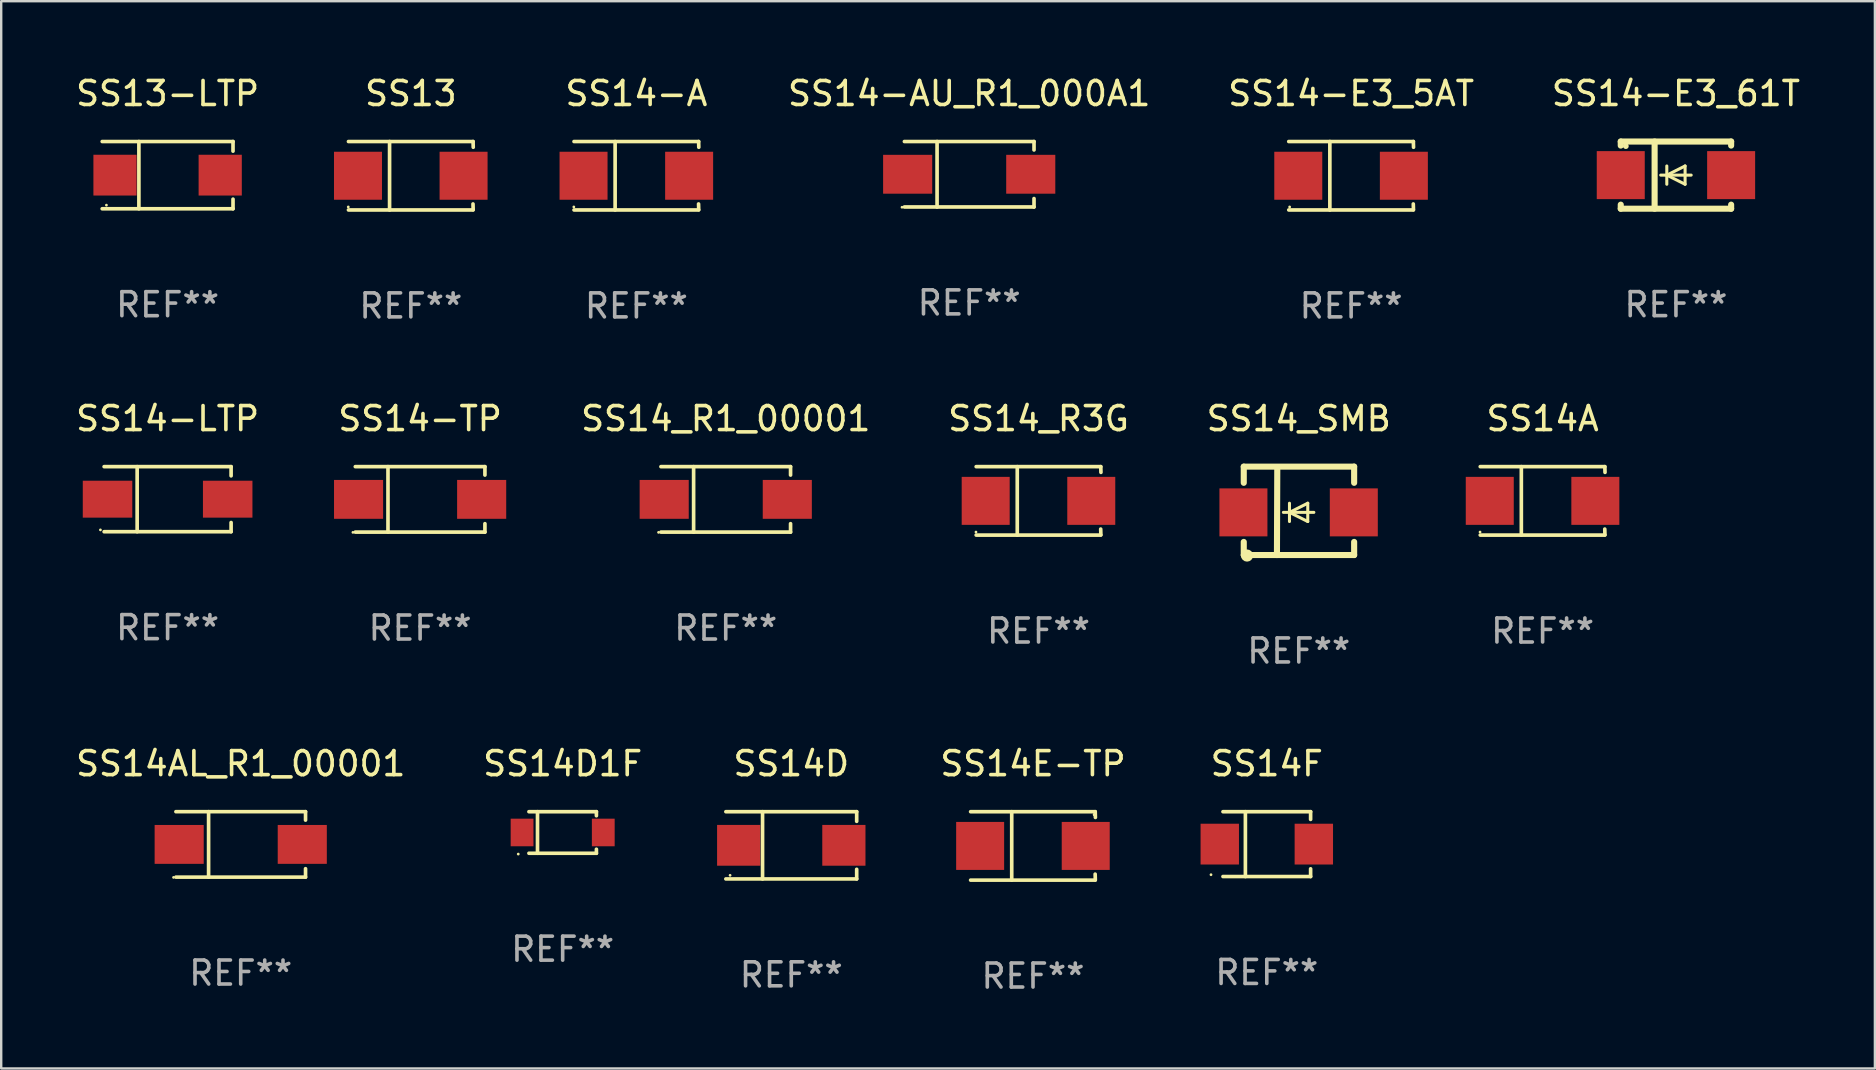
<source format=kicad_pcb>
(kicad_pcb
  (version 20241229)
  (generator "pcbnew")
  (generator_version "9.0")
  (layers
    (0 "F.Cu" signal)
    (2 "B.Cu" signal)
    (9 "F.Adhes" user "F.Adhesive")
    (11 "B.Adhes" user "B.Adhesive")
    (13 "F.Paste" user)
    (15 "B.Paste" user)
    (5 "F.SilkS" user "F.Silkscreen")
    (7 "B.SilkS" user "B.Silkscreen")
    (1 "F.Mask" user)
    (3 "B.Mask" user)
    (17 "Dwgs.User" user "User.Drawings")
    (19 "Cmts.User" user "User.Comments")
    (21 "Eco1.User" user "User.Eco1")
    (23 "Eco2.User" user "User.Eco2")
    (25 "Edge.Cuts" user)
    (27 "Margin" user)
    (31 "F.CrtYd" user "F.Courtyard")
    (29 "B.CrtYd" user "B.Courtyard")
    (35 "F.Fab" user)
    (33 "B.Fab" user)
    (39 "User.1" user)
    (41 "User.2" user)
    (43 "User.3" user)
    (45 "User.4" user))
  (footprint "SS14-LTP"
    (layer "F.Cu")
    (at 3.935 17.753)
    (property "Reference" "SS14-LTP" (at 0 -3.356 0) (layer "F.SilkS") (effects (font (size 1 1) (thickness 0.15))))
    (attr through_hole)
    (fp_line (start -2.646 -1.356) (end 2.646 -1.356) (stroke (width 0.152) (type solid)) (layer "F.SilkS"))
    (fp_line (start -2.646 1.356) (end 2.646 1.356) (stroke (width 0.152) (type solid)) (layer "F.SilkS"))
    (fp_line (start -1.269 -1.356) (end -1.269 1.356) (stroke (width 0.152) (type solid)) (layer "F.SilkS"))
    (fp_line (start 2.646 -1.356) (end 2.646 -0.973) (stroke (width 0.152) (type solid)) (layer "F.SilkS"))
    (fp_line (start 2.646 1.356) (end 2.646 0.973) (stroke (width 0.152) (type solid)) (layer "F.SilkS"))
    (fp_circle (center -2.8 1.28) (end -2.77 1.28) (stroke (width 0.06) (type solid)) (fill no) (layer "F.SilkS"))
    (fp_text user "REF**" (at 0 5.356 0) (layer "F.Fab") (effects (font (size 1 1) (thickness 0.15))))
    (pad "1" smd rect (at 2.504 0) (size 2.063 1.539) (layers "F.Cu" "F.Mask" "F.Paste"))
    (pad "2" smd rect (at -2.504 0) (size 2.063 1.539) (layers "F.Cu" "F.Mask" "F.Paste")))
  (footprint "SS14-E3_61T"
    (layer "F.Cu")
    (at 66.794 4.248)
    (property "Reference" "SS14-E3_61T" (at 0 -3.4 0) (layer "F.SilkS") (effects (font (size 1 1) (thickness 0.15))))
    (attr through_hole)
    (fp_line (start -2.3 -1.4) (end -2.3 -1.231) (stroke (width 0.254) (type solid)) (layer "F.SilkS"))
    (fp_line (start -2.3 -1.4) (end 2.3 -1.4) (stroke (width 0.254) (type solid)) (layer "F.SilkS"))
    (fp_line (start -2.3 1.231) (end -2.3 1.4) (stroke (width 0.254) (type solid)) (layer "F.SilkS"))
    (fp_line (start -2.3 1.4) (end 2.3 1.4) (stroke (width 0.254) (type solid)) (layer "F.SilkS"))
    (fp_line (start -0.889 1.4) (end -0.889 -1.4) (stroke (width 0.254) (type solid)) (layer "F.SilkS"))
    (fp_line (start -0.381 0) (end -0.381 -0.381) (stroke (width 0.127) (type solid)) (layer "F.SilkS"))
    (fp_line (start -0.381 0) (end -0.381 0.381) (stroke (width 0.127) (type solid)) (layer "F.SilkS"))
    (fp_line (start 0.381 -0.381) (end -0.381 0) (stroke (width 0.127) (type solid)) (layer "F.SilkS"))
    (fp_line (start 0.381 0) (end 0.381 -0.381) (stroke (width 0.127) (type solid)) (layer "F.SilkS"))
    (fp_line (start 0.381 0) (end 0.381 0.381) (stroke (width 0.127) (type solid)) (layer "F.SilkS"))
    (fp_line (start 0.381 0.381) (end -0.381 0) (stroke (width 0.127) (type solid)) (layer "F.SilkS"))
    (fp_line (start 0.635 0) (end -0.635 0) (stroke (width 0.127) (type solid)) (layer "F.SilkS"))
    (fp_line (start 2.3 -1.4) (end 2.3 -1.231) (stroke (width 0.254) (type solid)) (layer "F.SilkS"))
    (fp_line (start 2.3 1.231) (end 2.3 1.4) (stroke (width 0.254) (type solid)) (layer "F.SilkS"))
    (fp_circle (center -2.088 -1.208) (end -2.028 -1.208) (stroke (width 0.12) (type solid)) (fill no) (layer "F.SilkS"))
    (fp_text user "REF**" (at 0 5.4 0) (layer "F.Fab") (effects (font (size 1 1) (thickness 0.15))))
    (pad "1" smd rect (at -2.3 0 180) (size 2 2) (layers "F.Cu" "F.Mask" "F.Paste"))
    (pad "2" smd rect (at 2.3 0 180) (size 2 2) (layers "F.Cu" "F.Mask" "F.Paste")))
  (footprint "SS14-TP"
    (layer "F.Cu")
    (at 14.458 17.761)
    (property "Reference" "SS14-TP" (at 0 -3.364 0) (layer "F.SilkS") (effects (font (size 1 1) (thickness 0.15))))
    (attr through_hole)
    (fp_line (start -2.701 -1.364) (end 2.701 -1.364) (stroke (width 0.152) (type solid)) (layer "F.SilkS"))
    (fp_line (start -2.701 1.364) (end 2.701 1.364) (stroke (width 0.152) (type solid)) (layer "F.SilkS"))
    (fp_line (start -1.339 -1.364) (end -1.339 1.364) (stroke (width 0.152) (type solid)) (layer "F.SilkS"))
    (fp_line (start 2.701 -1.364) (end 2.701 -1.013) (stroke (width 0.152) (type solid)) (layer "F.SilkS"))
    (fp_line (start 2.701 1.364) (end 2.701 1.013) (stroke (width 0.152) (type solid)) (layer "F.SilkS"))
    (fp_circle (center -2.8 1.375) (end -2.77 1.375) (stroke (width 0.06) (type solid)) (fill no) (layer "F.SilkS"))
    (fp_text user "REF**" (at 0 5.364 0) (layer "F.Fab") (effects (font (size 1 1) (thickness 0.15))))
    (pad "1" smd rect (at -2.565 -0.000025) (size 2.046 1.62) (layers "F.Cu" "F.Mask" "F.Paste"))
    (pad "2" smd rect (at 2.565 -0.000025) (size 2.046 1.62) (layers "F.Cu" "F.Mask" "F.Paste")))
  (footprint "SS14F"
    (layer "F.Cu")
    (at 49.743 32.128)
    (property "Reference" "SS14F" (at 0 -3.351 0) (layer "F.SilkS") (effects (font (size 1 1) (thickness 0.15))))
    (attr through_hole)
    (fp_line (start -1.826 -1.351) (end 1.826 -1.351) (stroke (width 0.152) (type solid)) (layer "F.SilkS"))
    (fp_line (start -1.826 1.351) (end 1.826 1.351) (stroke (width 0.152) (type solid)) (layer "F.SilkS"))
    (fp_line (start -0.892 -1.351) (end -0.892 1.351) (stroke (width 0.152) (type solid)) (layer "F.SilkS"))
    (fp_line (start 1.826 -1.351) (end 1.826 -1.03) (stroke (width 0.152) (type solid)) (layer "F.SilkS"))
    (fp_line (start 1.826 1.03) (end 1.826 1.351) (stroke (width 0.152) (type solid)) (layer "F.SilkS"))
    (fp_circle (center -2.325 1.275) (end -2.295 1.275) (stroke (width 0.06) (type solid)) (fill no) (layer "F.SilkS"))
    (fp_text user "REF**" (at 0 5.351 0) (layer "F.Fab") (effects (font (size 1 1) (thickness 0.15))))
    (pad "1" smd rect (at -1.96 0 180) (size 1.6 1.7) (layers "F.Cu" "F.Mask" "F.Paste"))
    (pad "2" smd rect (at 1.96 0 180) (size 1.6 1.7) (layers "F.Cu" "F.Mask" "F.Paste")))
  (footprint "SS14E-TP"
    (layer "F.Cu")
    (at 40 32.203)
    (property "Reference" "SS14E-TP" (at 0 -3.426 0) (layer "F.SilkS") (effects (font (size 1 1) (thickness 0.15))))
    (attr through_hole)
    (fp_line (start -2.6 -1.426) (end 2.593 -1.426) (stroke (width 0.152) (type solid)) (layer "F.SilkS"))
    (fp_line (start -2.6 1.426) (end 2.593 1.426) (stroke (width 0.152) (type solid)) (layer "F.SilkS"))
    (fp_line (start -0.887 -1.426) (end -0.887 1.426) (stroke (width 0.152) (type solid)) (layer "F.SilkS"))
    (fp_line (start 2.59 1.176) (end 2.597 1.415) (stroke (width 0.152) (type solid)) (layer "F.SilkS"))
    (fp_line (start 2.593 -1.426) (end 2.6 -1.187) (stroke (width 0.152) (type solid)) (layer "F.SilkS"))
    (fp_circle (center 2.547 -1.3) (end 2.577 -1.3) (stroke (width 0.06) (type solid)) (fill no) (layer "F.SilkS"))
    (fp_text user "REF**" (at 0 5.426 0) (layer "F.Fab") (effects (font (size 1 1) (thickness 0.15))))
    (pad "1" smd rect (at 2.197 -0.000025 180) (size 2 2) (layers "F.Cu" "F.Mask" "F.Paste"))
    (pad "2" smd rect (at -2.203 -0.000025 180) (size 2 2) (layers "F.Cu" "F.Mask" "F.Paste")))
  (footprint "SS14_SMB"
    (layer "F.Cu")
    (at 51.076 18.239)
    (property "Reference" "SS14_SMB" (at 0 -3.842 0) (layer "F.SilkS") (effects (font (size 1 1) (thickness 0.15))))
    (attr through_hole)
    (fp_line (start -2.293 -1.842) (end -2.293 -1.168) (stroke (width 0.254) (type solid)) (layer "F.SilkS"))
    (fp_line (start -2.293 -1.842) (end 2.307 -1.842) (stroke (width 0.254) (type solid)) (layer "F.SilkS"))
    (fp_line (start -2.293 1.295) (end -2.293 1.842) (stroke (width 0.254) (type solid)) (layer "F.SilkS"))
    (fp_line (start -2.293 1.842) (end 2.307 1.842) (stroke (width 0.254) (type solid)) (layer "F.SilkS"))
    (fp_line (start -0.896 -1.736) (end -0.91 1.842) (stroke (width 0.254) (type solid)) (layer "F.SilkS"))
    (fp_line (start -0.388 0.064) (end -0.388 -0.318) (stroke (width 0.127) (type solid)) (layer "F.SilkS"))
    (fp_line (start -0.388 0.064) (end -0.388 0.445) (stroke (width 0.127) (type solid)) (layer "F.SilkS"))
    (fp_line (start 0.374 -0.318) (end -0.388 0.064) (stroke (width 0.127) (type solid)) (layer "F.SilkS"))
    (fp_line (start 0.374 0.064) (end 0.374 -0.318) (stroke (width 0.127) (type solid)) (layer "F.SilkS"))
    (fp_line (start 0.374 0.064) (end 0.374 0.445) (stroke (width 0.127) (type solid)) (layer "F.SilkS"))
    (fp_line (start 0.374 0.445) (end -0.388 0.064) (stroke (width 0.127) (type solid)) (layer "F.SilkS"))
    (fp_line (start 0.628 0.064) (end -0.642 0.064) (stroke (width 0.127) (type solid)) (layer "F.SilkS"))
    (fp_line (start 2.307 -1.842) (end 2.307 -1.168) (stroke (width 0.254) (type solid)) (layer "F.SilkS"))
    (fp_line (start 2.307 1.295) (end 2.307 1.842) (stroke (width 0.254) (type solid)) (layer "F.SilkS"))
    (fp_circle (center -2.157 1.863) (end -2.03 1.863) (stroke (width 0.254) (type solid)) (fill no) (layer "F.SilkS"))
    (fp_text user "REF**" (at 0 5.842 0) (layer "F.Fab") (effects (font (size 1 1) (thickness 0.15))))
    (pad "1" smd rect (at -2.307 0.064 180) (size 2 2) (layers "F.Cu" "F.Mask" "F.Paste"))
    (pad "2" smd rect (at 2.293 0.064 180) (size 2 2) (layers "F.Cu" "F.Mask" "F.Paste")))
  (footprint "SS14_R1_00001"
    (layer "F.Cu")
    (at 27.195 17.761)
    (property "Reference" "SS14_R1_00001" (at 0 -3.364 0) (layer "F.SilkS") (effects (font (size 1 1) (thickness 0.15))))
    (attr through_hole)
    (fp_line (start -2.701 -1.364) (end 2.701 -1.364) (stroke (width 0.152) (type solid)) (layer "F.SilkS"))
    (fp_line (start -2.701 1.364) (end 2.701 1.364) (stroke (width 0.152) (type solid)) (layer "F.SilkS"))
    (fp_line (start -1.339 -1.364) (end -1.339 1.364) (stroke (width 0.152) (type solid)) (layer "F.SilkS"))
    (fp_line (start 2.701 -1.364) (end 2.701 -1.013) (stroke (width 0.152) (type solid)) (layer "F.SilkS"))
    (fp_line (start 2.701 1.364) (end 2.701 1.013) (stroke (width 0.152) (type solid)) (layer "F.SilkS"))
    (fp_circle (center -2.8 1.375) (end -2.77 1.375) (stroke (width 0.06) (type solid)) (fill no) (layer "F.SilkS"))
    (fp_text user "REF**" (at 0 5.364 0) (layer "F.Fab") (effects (font (size 1 1) (thickness 0.15))))
    (pad "1" smd rect (at -2.565 -0.000025) (size 2.046 1.62) (layers "F.Cu" "F.Mask" "F.Paste"))
    (pad "2" smd rect (at 2.565 -0.000025) (size 2.046 1.62) (layers "F.Cu" "F.Mask" "F.Paste")))
  (footprint "SS14_R3G"
    (layer "F.Cu")
    (at 40.231 17.823)
    (property "Reference" "SS14_R3G" (at 0 -3.426 0) (layer "F.SilkS") (effects (font (size 1 1) (thickness 0.15))))
    (attr through_hole)
    (fp_line (start -2.6 -1.426) (end 2.593 -1.426) (stroke (width 0.152) (type solid)) (layer "F.SilkS"))
    (fp_line (start -2.6 1.426) (end 2.593 1.426) (stroke (width 0.152) (type solid)) (layer "F.SilkS"))
    (fp_line (start -0.887 -1.426) (end -0.887 1.426) (stroke (width 0.152) (type solid)) (layer "F.SilkS"))
    (fp_line (start 2.59 1.176) (end 2.597 1.415) (stroke (width 0.152) (type solid)) (layer "F.SilkS"))
    (fp_line (start 2.593 -1.426) (end 2.6 -1.187) (stroke (width 0.152) (type solid)) (layer "F.SilkS"))
    (fp_circle (center -2.608 1.3) (end -2.578 1.3) (stroke (width 0.06) (type solid)) (fill no) (layer "F.SilkS"))
    (fp_text user "REF**" (at 0 5.426 0) (layer "F.Fab") (effects (font (size 1 1) (thickness 0.15))))
    (pad "1" smd rect (at -2.203 0 180) (size 2 2) (layers "F.Cu" "F.Mask" "F.Paste"))
    (pad "2" smd rect (at 2.197 0 180) (size 2 2) (layers "F.Cu" "F.Mask" "F.Paste")))
  (footprint "SS13-LTP"
    (layer "F.Cu")
    (at 3.935 4.249)
    (property "Reference" "SS13-LTP" (at 0 -3.401 0) (layer "F.SilkS") (effects (font (size 1 1) (thickness 0.15))))
    (attr through_hole)
    (fp_line (start -2.726 -1.401) (end 2.726 -1.401) (stroke (width 0.152) (type solid)) (layer "F.SilkS"))
    (fp_line (start -2.726 1.401) (end 2.726 1.401) (stroke (width 0.152) (type solid)) (layer "F.SilkS"))
    (fp_line (start -1.197 -1.401) (end -1.197 1.401) (stroke (width 0.152) (type solid)) (layer "F.SilkS"))
    (fp_line (start 2.726 -1.401) (end 2.726 -1) (stroke (width 0.152) (type solid)) (layer "F.SilkS"))
    (fp_line (start 2.726 1.401) (end 2.726 1) (stroke (width 0.152) (type solid)) (layer "F.SilkS"))
    (fp_circle (center -2.55 1.25) (end -2.52 1.25) (stroke (width 0.06) (type solid)) (fill no) (layer "F.SilkS"))
    (fp_text user "REF**" (at 0 5.401 0) (layer "F.Fab") (effects (font (size 1 1) (thickness 0.15))))
    (pad "1" smd rect (at -2.192 0) (size 1.8 1.7) (layers "F.Cu" "F.Mask" "F.Paste"))
    (pad "2" smd rect (at 2.192 0) (size 1.8 1.7) (layers "F.Cu" "F.Mask" "F.Paste")))
  (footprint "SS14-A"
    (layer "F.Cu")
    (at 23.472 4.274)
    (property "Reference" "SS14-A" (at 0 -3.426 0) (layer "F.SilkS") (effects (font (size 1 1) (thickness 0.15))))
    (attr through_hole)
    (fp_line (start -2.6 -1.426) (end 2.593 -1.426) (stroke (width 0.152) (type solid)) (layer "F.SilkS"))
    (fp_line (start -2.6 1.426) (end 2.593 1.426) (stroke (width 0.152) (type solid)) (layer "F.SilkS"))
    (fp_line (start -0.887 -1.426) (end -0.887 1.426) (stroke (width 0.152) (type solid)) (layer "F.SilkS"))
    (fp_line (start 2.59 1.176) (end 2.597 1.415) (stroke (width 0.152) (type solid)) (layer "F.SilkS"))
    (fp_line (start 2.593 -1.426) (end 2.6 -1.187) (stroke (width 0.152) (type solid)) (layer "F.SilkS"))
    (fp_circle (center -2.608 1.3) (end -2.578 1.3) (stroke (width 0.06) (type solid)) (fill no) (layer "F.SilkS"))
    (fp_text user "REF**" (at 0 5.426 0) (layer "F.Fab") (effects (font (size 1 1) (thickness 0.15))))
    (pad "1" smd rect (at -2.203 0 180) (size 2 2) (layers "F.Cu" "F.Mask" "F.Paste"))
    (pad "2" smd rect (at 2.197 0 180) (size 2 2) (layers "F.Cu" "F.Mask" "F.Paste")))
  (footprint "SS14AL_R1_00001"
    (layer "F.Cu")
    (at 6.982 32.14)
    (property "Reference" "SS14AL_R1_00001" (at 0 -3.364 0) (layer "F.SilkS") (effects (font (size 1 1) (thickness 0.15))))
    (attr through_hole)
    (fp_line (start -2.701 -1.364) (end 2.701 -1.364) (stroke (width 0.152) (type solid)) (layer "F.SilkS"))
    (fp_line (start -2.701 1.364) (end 2.701 1.364) (stroke (width 0.152) (type solid)) (layer "F.SilkS"))
    (fp_line (start -1.339 -1.364) (end -1.339 1.364) (stroke (width 0.152) (type solid)) (layer "F.SilkS"))
    (fp_line (start 2.701 -1.364) (end 2.701 -1.013) (stroke (width 0.152) (type solid)) (layer "F.SilkS"))
    (fp_line (start 2.701 1.364) (end 2.701 1.013) (stroke (width 0.152) (type solid)) (layer "F.SilkS"))
    (fp_circle (center -2.8 1.375) (end -2.77 1.375) (stroke (width 0.06) (type solid)) (fill no) (layer "F.SilkS"))
    (fp_text user "REF**" (at 0 5.364 0) (layer "F.Fab") (effects (font (size 1 1) (thickness 0.15))))
    (pad "1" smd rect (at -2.565 -0.000025) (size 2.046 1.62) (layers "F.Cu" "F.Mask" "F.Paste"))
    (pad "2" smd rect (at 2.565 -0.000025) (size 2.046 1.62) (layers "F.Cu" "F.Mask" "F.Paste")))
  (footprint "SS14-AU_R1_000A1"
    (layer "F.Cu")
    (at 37.341 4.212)
    (property "Reference" "SS14-AU_R1_000A1" (at 0 -3.364 0) (layer "F.SilkS") (effects (font (size 1 1) (thickness 0.15))))
    (attr through_hole)
    (fp_line (start -2.701 -1.364) (end 2.701 -1.364) (stroke (width 0.152) (type solid)) (layer "F.SilkS"))
    (fp_line (start -2.701 1.364) (end 2.701 1.364) (stroke (width 0.152) (type solid)) (layer "F.SilkS"))
    (fp_line (start -1.339 -1.364) (end -1.339 1.364) (stroke (width 0.152) (type solid)) (layer "F.SilkS"))
    (fp_line (start 2.701 -1.364) (end 2.701 -1.013) (stroke (width 0.152) (type solid)) (layer "F.SilkS"))
    (fp_line (start 2.701 1.364) (end 2.701 1.013) (stroke (width 0.152) (type solid)) (layer "F.SilkS"))
    (fp_circle (center -2.8 1.375) (end -2.77 1.375) (stroke (width 0.06) (type solid)) (fill no) (layer "F.SilkS"))
    (fp_text user "REF**" (at 0 5.364 0) (layer "F.Fab") (effects (font (size 1 1) (thickness 0.15))))
    (pad "1" smd rect (at -2.565 -0.000025) (size 2.046 1.62) (layers "F.Cu" "F.Mask" "F.Paste"))
    (pad "2" smd rect (at 2.565 -0.000025) (size 2.046 1.62) (layers "F.Cu" "F.Mask" "F.Paste")))
  (footprint "SS14D"
    (layer "F.Cu")
    (at 29.926 32.178)
    (property "Reference" "SS14D" (at 0 -3.401 0) (layer "F.SilkS") (effects (font (size 1 1) (thickness 0.15))))
    (attr through_hole)
    (fp_line (start -2.726 -1.401) (end 2.726 -1.401) (stroke (width 0.152) (type solid)) (layer "F.SilkS"))
    (fp_line (start -2.726 1.401) (end 2.726 1.401) (stroke (width 0.152) (type solid)) (layer "F.SilkS"))
    (fp_line (start -1.197 -1.401) (end -1.197 1.401) (stroke (width 0.152) (type solid)) (layer "F.SilkS"))
    (fp_line (start 2.726 -1.401) (end 2.726 -1) (stroke (width 0.152) (type solid)) (layer "F.SilkS"))
    (fp_line (start 2.726 1.401) (end 2.726 1) (stroke (width 0.152) (type solid)) (layer "F.SilkS"))
    (fp_circle (center -2.55 1.25) (end -2.52 1.25) (stroke (width 0.06) (type solid)) (fill no) (layer "F.SilkS"))
    (fp_text user "REF**" (at 0 5.401 0) (layer "F.Fab") (effects (font (size 1 1) (thickness 0.15))))
    (pad "1" smd rect (at -2.192 0) (size 1.8 1.7) (layers "F.Cu" "F.Mask" "F.Paste"))
    (pad "2" smd rect (at 2.192 0) (size 1.8 1.7) (layers "F.Cu" "F.Mask" "F.Paste")))
  (footprint "SS13"
    (layer "F.Cu")
    (at 14.072 4.274)
    (property "Reference" "SS13" (at 0 -3.426 0) (layer "F.SilkS") (effects (font (size 1 1) (thickness 0.15))))
    (attr through_hole)
    (fp_line (start -2.6 -1.426) (end 2.593 -1.426) (stroke (width 0.152) (type solid)) (layer "F.SilkS"))
    (fp_line (start -2.6 1.426) (end 2.593 1.426) (stroke (width 0.152) (type solid)) (layer "F.SilkS"))
    (fp_line (start -0.887 -1.426) (end -0.887 1.426) (stroke (width 0.152) (type solid)) (layer "F.SilkS"))
    (fp_line (start 2.59 1.176) (end 2.597 1.415) (stroke (width 0.152) (type solid)) (layer "F.SilkS"))
    (fp_line (start 2.593 -1.426) (end 2.6 -1.187) (stroke (width 0.152) (type solid)) (layer "F.SilkS"))
    (fp_circle (center -2.608 1.3) (end -2.578 1.3) (stroke (width 0.06) (type solid)) (fill no) (layer "F.SilkS"))
    (fp_text user "REF**" (at 0 5.426 0) (layer "F.Fab") (effects (font (size 1 1) (thickness 0.15))))
    (pad "1" smd rect (at -2.203 0 180) (size 2 2) (layers "F.Cu" "F.Mask" "F.Paste"))
    (pad "2" smd rect (at 2.197 0 180) (size 2 2) (layers "F.Cu" "F.Mask" "F.Paste")))
  (footprint "SS14A"
    (layer "F.Cu")
    (at 61.238 17.823)
    (property "Reference" "SS14A" (at 0 -3.426 0) (layer "F.SilkS") (effects (font (size 1 1) (thickness 0.15))))
    (attr through_hole)
    (fp_line (start -2.6 -1.426) (end 2.593 -1.426) (stroke (width 0.152) (type solid)) (layer "F.SilkS"))
    (fp_line (start -2.6 1.426) (end 2.593 1.426) (stroke (width 0.152) (type solid)) (layer "F.SilkS"))
    (fp_line (start -0.887 -1.426) (end -0.887 1.426) (stroke (width 0.152) (type solid)) (layer "F.SilkS"))
    (fp_line (start 2.59 1.176) (end 2.597 1.415) (stroke (width 0.152) (type solid)) (layer "F.SilkS"))
    (fp_line (start 2.593 -1.426) (end 2.6 -1.187) (stroke (width 0.152) (type solid)) (layer "F.SilkS"))
    (fp_circle (center -2.608 1.3) (end -2.578 1.3) (stroke (width 0.06) (type solid)) (fill no) (layer "F.SilkS"))
    (fp_text user "REF**" (at 0 5.426 0) (layer "F.Fab") (effects (font (size 1 1) (thickness 0.15))))
    (pad "1" smd rect (at -2.203 0 180) (size 2 2) (layers "F.Cu" "F.Mask" "F.Paste"))
    (pad "2" smd rect (at 2.197 0 180) (size 2 2) (layers "F.Cu" "F.Mask" "F.Paste")))
  (footprint "SS14-E3_5AT"
    (layer "F.Cu")
    (at 53.258 4.274)
    (property "Reference" "SS14-E3_5AT" (at 0 -3.426 0) (layer "F.SilkS") (effects (font (size 1 1) (thickness 0.15))))
    (attr through_hole)
    (fp_line (start -2.6 -1.426) (end 2.593 -1.426) (stroke (width 0.152) (type solid)) (layer "F.SilkS"))
    (fp_line (start -2.6 1.426) (end 2.593 1.426) (stroke (width 0.152) (type solid)) (layer "F.SilkS"))
    (fp_line (start -0.887 -1.426) (end -0.887 1.426) (stroke (width 0.152) (type solid)) (layer "F.SilkS"))
    (fp_line (start 2.59 1.176) (end 2.597 1.415) (stroke (width 0.152) (type solid)) (layer "F.SilkS"))
    (fp_line (start 2.593 -1.426) (end 2.6 -1.187) (stroke (width 0.152) (type solid)) (layer "F.SilkS"))
    (fp_circle (center -2.563 1.3) (end -2.533 1.3) (stroke (width 0.06) (type solid)) (fill no) (layer "F.SilkS"))
    (fp_text user "REF**" (at 0 5.426 0) (layer "F.Fab") (effects (font (size 1 1) (thickness 0.15))))
    (pad "1" smd rect (at -2.203 -0.000025 180) (size 2 2) (layers "F.Cu" "F.Mask" "F.Paste"))
    (pad "2" smd rect (at 2.197 -0.000025 180) (size 2 2) (layers "F.Cu" "F.Mask" "F.Paste")))
  (footprint "SS14D1F"
    (layer "F.Cu")
    (at 20.399 31.643)
    (property "Reference" "SS14D1F" (at 0 -2.866 0) (layer "F.SilkS") (effects (font (size 1 1) (thickness 0.15))))
    (attr through_hole)
    (fp_line (start -1.406 -0.866) (end 1.406 -0.866) (stroke (width 0.152) (type solid)) (layer "F.SilkS"))
    (fp_line (start -1.406 0.866) (end 1.406 0.866) (stroke (width 0.152) (type solid)) (layer "F.SilkS"))
    (fp_line (start -1.049 -0.866) (end -1.049 0.866) (stroke (width 0.152) (type solid)) (layer "F.SilkS"))
    (fp_line (start 1.406 -0.866) (end 1.406 -0.698) (stroke (width 0.152) (type solid)) (layer "F.SilkS"))
    (fp_line (start 1.406 0.866) (end 1.406 0.698) (stroke (width 0.152) (type solid)) (layer "F.SilkS"))
    (fp_circle (center -1.851 0.9) (end -1.821 0.9) (stroke (width 0.06) (type solid)) (fill no) (layer "F.SilkS"))
    (fp_text user "REF**" (at 0 4.866 0) (layer "F.Fab") (effects (font (size 1 1) (thickness 0.15))))
    (pad "1" smd rect (at -1.692 0) (size 0.95 1.15) (layers "F.Cu" "F.Mask" "F.Paste"))
    (pad "2" smd rect (at 1.692 0) (size 0.95 1.15) (layers "F.Cu" "F.Mask" "F.Paste")))
  (gr_rect
    (start -3 -3)
    (end 75.085 41.477)
    (stroke (width 0.1) (type default))
    (fill no)
    (layer "Edge.Cuts")))
</source>
